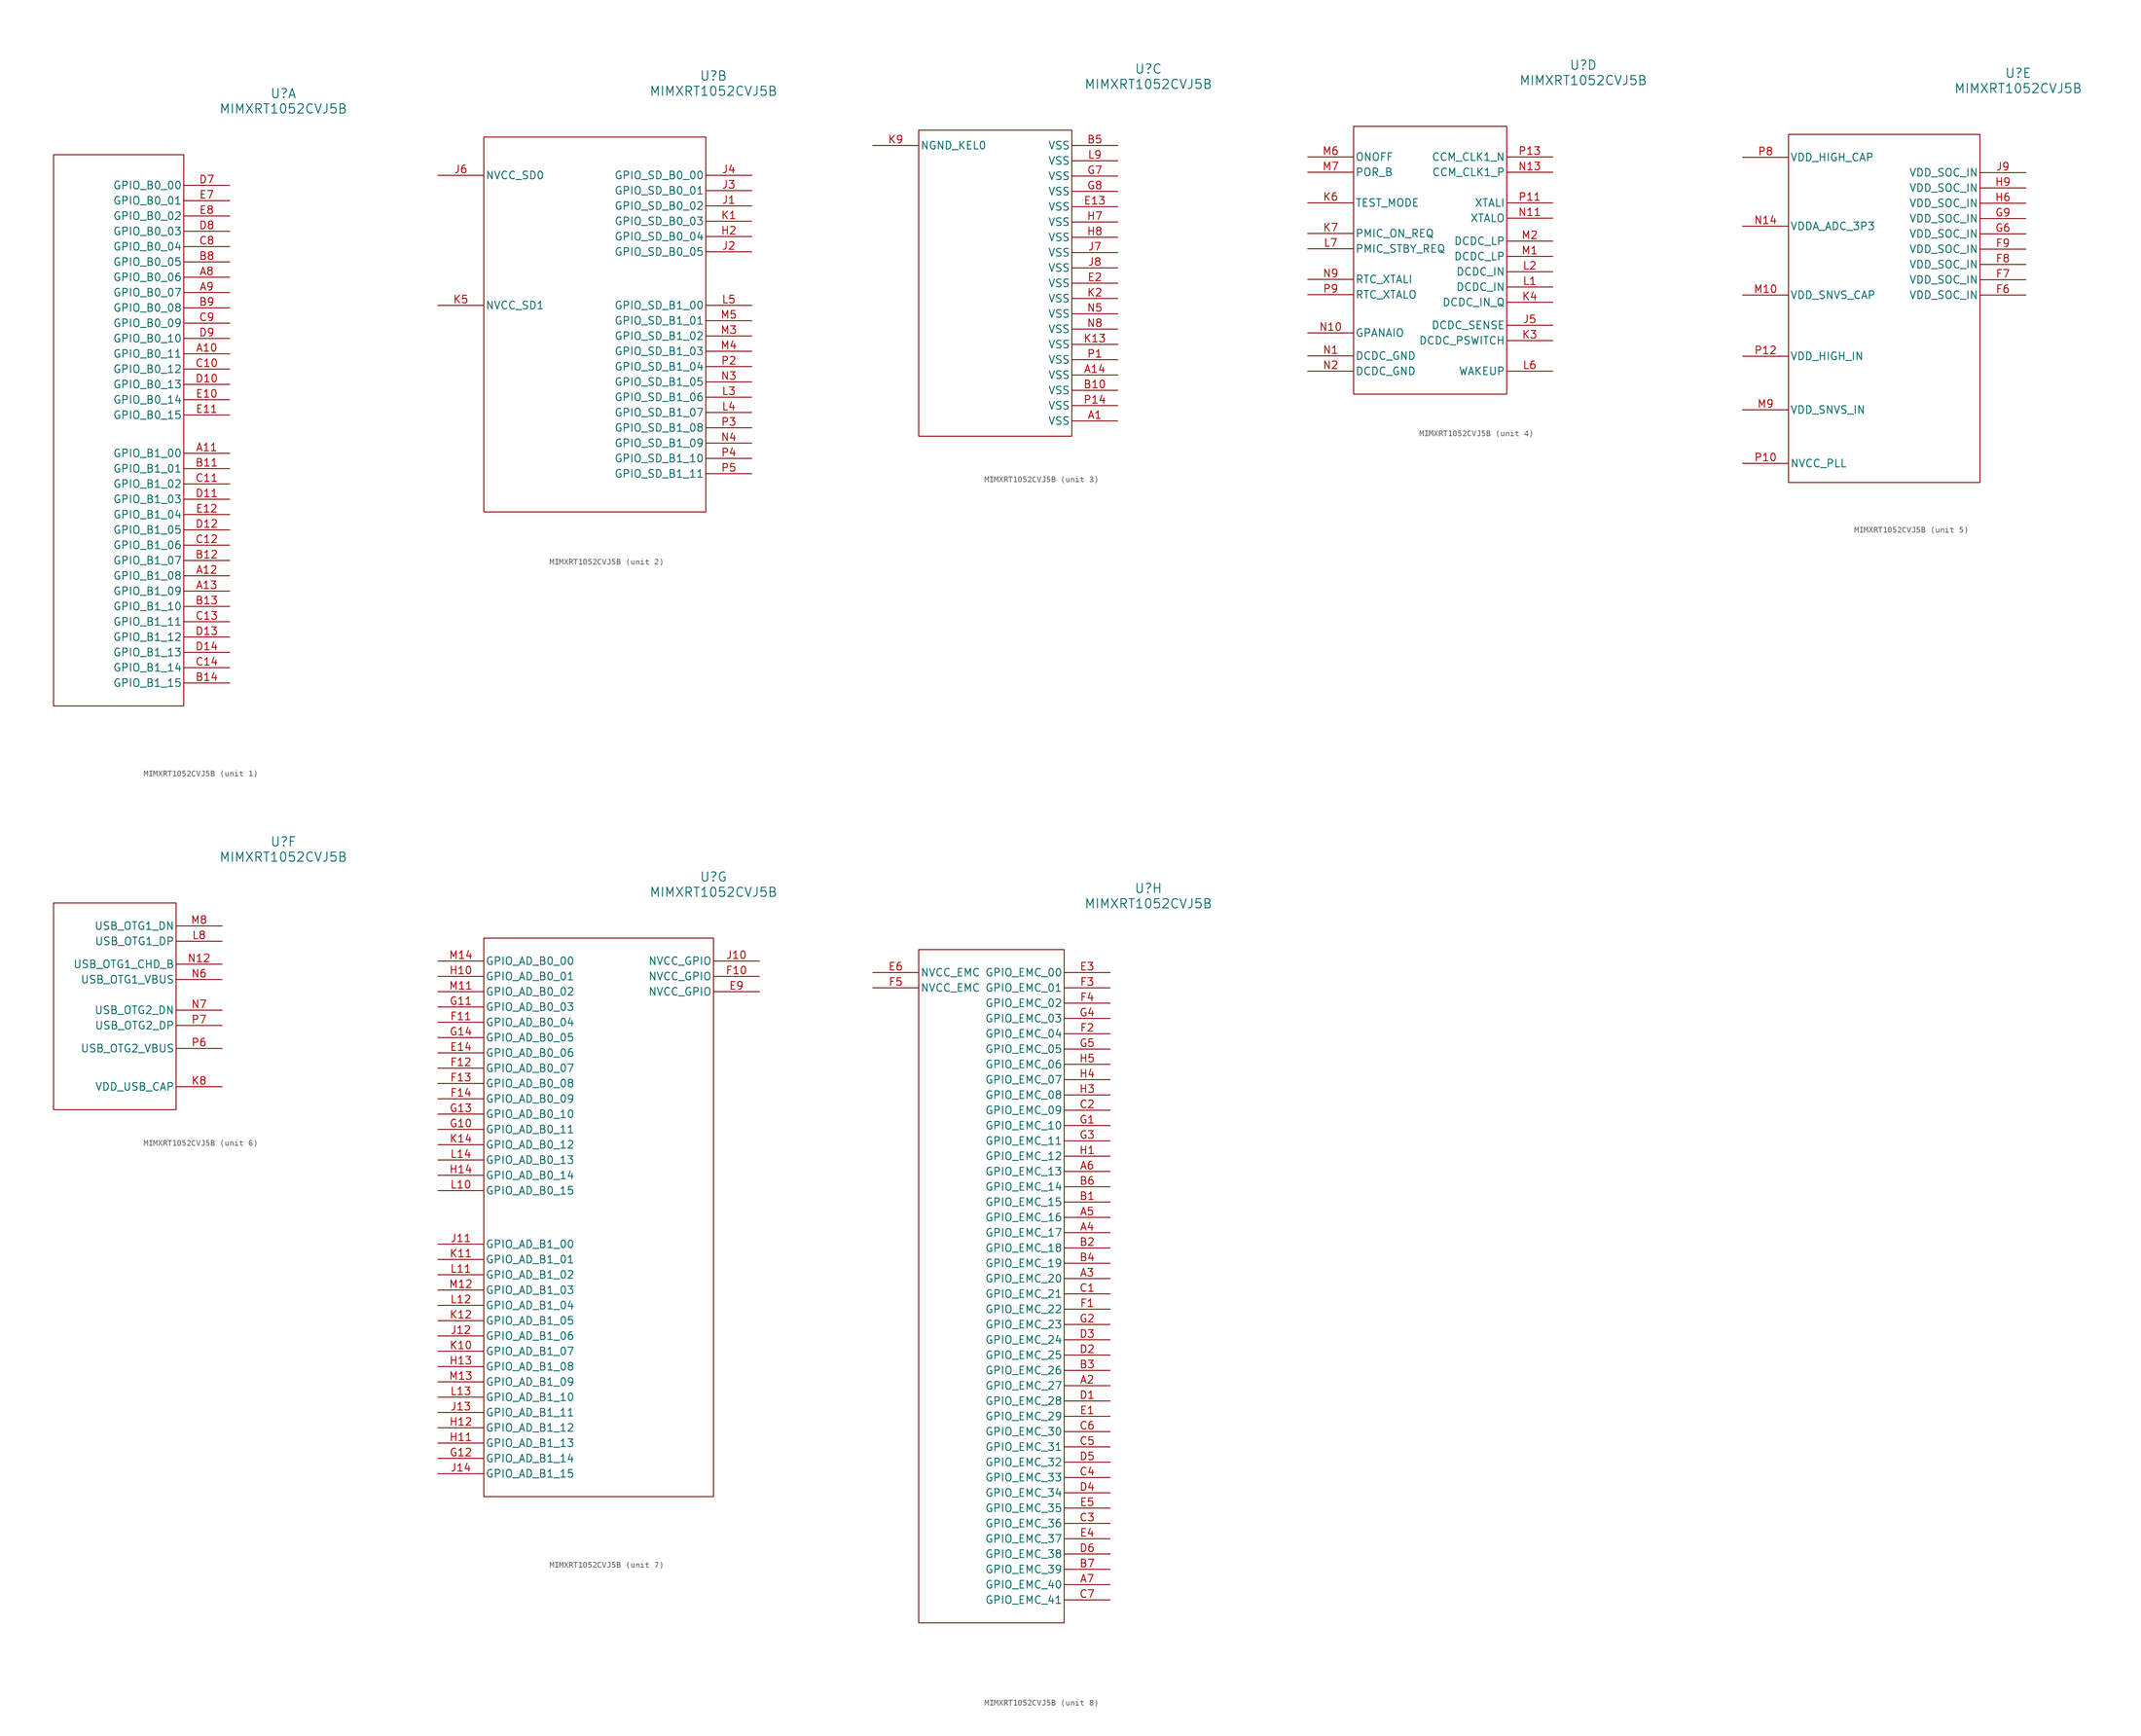
<source format=kicad_sym>
(kicad_symbol_lib
  (version 20231120)
  (generator "kicad_symbol_editor")
  (generator_version "8.0")
  (symbol "MIMXRT1052CVJ5B"
    (pin_names
      (offset 0.254))
    (property "Reference" "U"
      (at 38.1 10.16 0)
      (effects (font (size 1.524 1.524))))
    (property "Value" "MIMXRT1052CVJ5B"
      (at 38.1 7.62 0)
      (effects (font (size 1.524 1.524))))
    (property "ki_locked" ""
      (at 0 0 0)
      (effects (font (size 1.27 1.27))))
    (symbol "MIMXRT1052CVJ5B_1_1"
      (rectangle (start 0 0) (end 21.59 -91.44) (stroke (width 0) (type default)) (fill (type none)))
      (pin bidirectional line (at 29.21 -33.02 180) (length 7.62) (name "GPIO_B0_11" (effects (font (size 1.27 1.27)))) (number "A10" (effects (font (size 1.27 1.27)))))
      (pin bidirectional line (at 29.21 -49.53 180) (length 7.62) (name "GPIO_B1_00" (effects (font (size 1.27 1.27)))) (number "A11" (effects (font (size 1.27 1.27)))))
      (pin bidirectional line (at 29.21 -69.85 180) (length 7.62) (name "GPIO_B1_08" (effects (font (size 1.27 1.27)))) (number "A12" (effects (font (size 1.27 1.27)))))
      (pin bidirectional line (at 29.21 -72.39 180) (length 7.62) (name "GPIO_B1_09" (effects (font (size 1.27 1.27)))) (number "A13" (effects (font (size 1.27 1.27)))))
      (pin bidirectional line (at 29.21 -20.32 180) (length 7.62) (name "GPIO_B0_06" (effects (font (size 1.27 1.27)))) (number "A8" (effects (font (size 1.27 1.27)))))
      (pin bidirectional line (at 29.21 -22.86 180) (length 7.62) (name "GPIO_B0_07" (effects (font (size 1.27 1.27)))) (number "A9" (effects (font (size 1.27 1.27)))))
      (pin bidirectional line (at 29.21 -52.07 180) (length 7.62) (name "GPIO_B1_01" (effects (font (size 1.27 1.27)))) (number "B11" (effects (font (size 1.27 1.27)))))
      (pin bidirectional line (at 29.21 -67.31 180) (length 7.62) (name "GPIO_B1_07" (effects (font (size 1.27 1.27)))) (number "B12" (effects (font (size 1.27 1.27)))))
      (pin bidirectional line (at 29.21 -74.93 180) (length 7.62) (name "GPIO_B1_10" (effects (font (size 1.27 1.27)))) (number "B13" (effects (font (size 1.27 1.27)))))
      (pin bidirectional line (at 29.21 -87.63 180) (length 7.62) (name "GPIO_B1_15" (effects (font (size 1.27 1.27)))) (number "B14" (effects (font (size 1.27 1.27)))))
      (pin bidirectional line (at 29.21 -17.78 180) (length 7.62) (name "GPIO_B0_05" (effects (font (size 1.27 1.27)))) (number "B8" (effects (font (size 1.27 1.27)))))
      (pin bidirectional line (at 29.21 -25.4 180) (length 7.62) (name "GPIO_B0_08" (effects (font (size 1.27 1.27)))) (number "B9" (effects (font (size 1.27 1.27)))))
      (pin bidirectional line (at 29.21 -35.56 180) (length 7.62) (name "GPIO_B0_12" (effects (font (size 1.27 1.27)))) (number "C10" (effects (font (size 1.27 1.27)))))
      (pin bidirectional line (at 29.21 -54.61 180) (length 7.62) (name "GPIO_B1_02" (effects (font (size 1.27 1.27)))) (number "C11" (effects (font (size 1.27 1.27)))))
      (pin bidirectional line (at 29.21 -64.77 180) (length 7.62) (name "GPIO_B1_06" (effects (font (size 1.27 1.27)))) (number "C12" (effects (font (size 1.27 1.27)))))
      (pin bidirectional line (at 29.21 -77.47 180) (length 7.62) (name "GPIO_B1_11" (effects (font (size 1.27 1.27)))) (number "C13" (effects (font (size 1.27 1.27)))))
      (pin bidirectional line (at 29.21 -85.09 180) (length 7.62) (name "GPIO_B1_14" (effects (font (size 1.27 1.27)))) (number "C14" (effects (font (size 1.27 1.27)))))
      (pin bidirectional line (at 29.21 -15.24 180) (length 7.62) (name "GPIO_B0_04" (effects (font (size 1.27 1.27)))) (number "C8" (effects (font (size 1.27 1.27)))))
      (pin bidirectional line (at 29.21 -27.94 180) (length 7.62) (name "GPIO_B0_09" (effects (font (size 1.27 1.27)))) (number "C9" (effects (font (size 1.27 1.27)))))
      (pin bidirectional line (at 29.21 -38.1 180) (length 7.62) (name "GPIO_B0_13" (effects (font (size 1.27 1.27)))) (number "D10" (effects (font (size 1.27 1.27)))))
      (pin bidirectional line (at 29.21 -57.15 180) (length 7.62) (name "GPIO_B1_03" (effects (font (size 1.27 1.27)))) (number "D11" (effects (font (size 1.27 1.27)))))
      (pin bidirectional line (at 29.21 -62.23 180) (length 7.62) (name "GPIO_B1_05" (effects (font (size 1.27 1.27)))) (number "D12" (effects (font (size 1.27 1.27)))))
      (pin bidirectional line (at 29.21 -80.01 180) (length 7.62) (name "GPIO_B1_12" (effects (font (size 1.27 1.27)))) (number "D13" (effects (font (size 1.27 1.27)))))
      (pin bidirectional line (at 29.21 -82.55 180) (length 7.62) (name "GPIO_B1_13" (effects (font (size 1.27 1.27)))) (number "D14" (effects (font (size 1.27 1.27)))))
      (pin bidirectional line (at 29.21 -5.08 180) (length 7.62) (name "GPIO_B0_00" (effects (font (size 1.27 1.27)))) (number "D7" (effects (font (size 1.27 1.27)))))
      (pin bidirectional line (at 29.21 -12.7 180) (length 7.62) (name "GPIO_B0_03" (effects (font (size 1.27 1.27)))) (number "D8" (effects (font (size 1.27 1.27)))))
      (pin bidirectional line (at 29.21 -30.48 180) (length 7.62) (name "GPIO_B0_10" (effects (font (size 1.27 1.27)))) (number "D9" (effects (font (size 1.27 1.27)))))
      (pin bidirectional line (at 29.21 -40.64 180) (length 7.62) (name "GPIO_B0_14" (effects (font (size 1.27 1.27)))) (number "E10" (effects (font (size 1.27 1.27)))))
      (pin bidirectional line (at 29.21 -43.18 180) (length 7.62) (name "GPIO_B0_15" (effects (font (size 1.27 1.27)))) (number "E11" (effects (font (size 1.27 1.27)))))
      (pin bidirectional line (at 29.21 -59.69 180) (length 7.62) (name "GPIO_B1_04" (effects (font (size 1.27 1.27)))) (number "E12" (effects (font (size 1.27 1.27)))))
      (pin bidirectional line (at 29.21 -7.62 180) (length 7.62) (name "GPIO_B0_01" (effects (font (size 1.27 1.27)))) (number "E7" (effects (font (size 1.27 1.27)))))
      (pin bidirectional line (at 29.21 -10.16 180) (length 7.62) (name "GPIO_B0_02" (effects (font (size 1.27 1.27)))) (number "E8" (effects (font (size 1.27 1.27))))))
    (symbol "MIMXRT1052CVJ5B_2_1"
      (rectangle (start 0 -62.23) (end 36.83 0) (stroke (width 0) (type default)) (fill (type none)))
      (pin bidirectional line (at 44.45 -16.51 180) (length 7.62) (name "GPIO_SD_B0_04" (effects (font (size 1.27 1.27)))) (number "H2" (effects (font (size 1.27 1.27)))))
      (pin bidirectional line (at 44.45 -11.43 180) (length 7.62) (name "GPIO_SD_B0_02" (effects (font (size 1.27 1.27)))) (number "J1" (effects (font (size 1.27 1.27)))))
      (pin bidirectional line (at 44.45 -19.05 180) (length 7.62) (name "GPIO_SD_B0_05" (effects (font (size 1.27 1.27)))) (number "J2" (effects (font (size 1.27 1.27)))))
      (pin bidirectional line (at 44.45 -8.89 180) (length 7.62) (name "GPIO_SD_B0_01" (effects (font (size 1.27 1.27)))) (number "J3" (effects (font (size 1.27 1.27)))))
      (pin bidirectional line (at 44.45 -6.35 180) (length 7.62) (name "GPIO_SD_B0_00" (effects (font (size 1.27 1.27)))) (number "J4" (effects (font (size 1.27 1.27)))))
      (pin power_in line (at -7.62 -6.35 0) (length 7.62) (name "NVCC_SD0" (effects (font (size 1.27 1.27)))) (number "J6" (effects (font (size 1.27 1.27)))))
      (pin bidirectional line (at 44.45 -13.97 180) (length 7.62) (name "GPIO_SD_B0_03" (effects (font (size 1.27 1.27)))) (number "K1" (effects (font (size 1.27 1.27)))))
      (pin power_in line (at -7.62 -27.94 0) (length 7.62) (name "NVCC_SD1" (effects (font (size 1.27 1.27)))) (number "K5" (effects (font (size 1.27 1.27)))))
      (pin bidirectional line (at 44.45 -43.18 180) (length 7.62) (name "GPIO_SD_B1_06" (effects (font (size 1.27 1.27)))) (number "L3" (effects (font (size 1.27 1.27)))))
      (pin bidirectional line (at 44.45 -45.72 180) (length 7.62) (name "GPIO_SD_B1_07" (effects (font (size 1.27 1.27)))) (number "L4" (effects (font (size 1.27 1.27)))))
      (pin bidirectional line (at 44.45 -27.94 180) (length 7.62) (name "GPIO_SD_B1_00" (effects (font (size 1.27 1.27)))) (number "L5" (effects (font (size 1.27 1.27)))))
      (pin bidirectional line (at 44.45 -33.02 180) (length 7.62) (name "GPIO_SD_B1_02" (effects (font (size 1.27 1.27)))) (number "M3" (effects (font (size 1.27 1.27)))))
      (pin bidirectional line (at 44.45 -35.56 180) (length 7.62) (name "GPIO_SD_B1_03" (effects (font (size 1.27 1.27)))) (number "M4" (effects (font (size 1.27 1.27)))))
      (pin bidirectional line (at 44.45 -30.48 180) (length 7.62) (name "GPIO_SD_B1_01" (effects (font (size 1.27 1.27)))) (number "M5" (effects (font (size 1.27 1.27)))))
      (pin bidirectional line (at 44.45 -40.64 180) (length 7.62) (name "GPIO_SD_B1_05" (effects (font (size 1.27 1.27)))) (number "N3" (effects (font (size 1.27 1.27)))))
      (pin bidirectional line (at 44.45 -50.8 180) (length 7.62) (name "GPIO_SD_B1_09" (effects (font (size 1.27 1.27)))) (number "N4" (effects (font (size 1.27 1.27)))))
      (pin bidirectional line (at 44.45 -38.1 180) (length 7.62) (name "GPIO_SD_B1_04" (effects (font (size 1.27 1.27)))) (number "P2" (effects (font (size 1.27 1.27)))))
      (pin bidirectional line (at 44.45 -48.26 180) (length 7.62) (name "GPIO_SD_B1_08" (effects (font (size 1.27 1.27)))) (number "P3" (effects (font (size 1.27 1.27)))))
      (pin bidirectional line (at 44.45 -53.34 180) (length 7.62) (name "GPIO_SD_B1_10" (effects (font (size 1.27 1.27)))) (number "P4" (effects (font (size 1.27 1.27)))))
      (pin bidirectional line (at 44.45 -55.88 180) (length 7.62) (name "GPIO_SD_B1_11" (effects (font (size 1.27 1.27)))) (number "P5" (effects (font (size 1.27 1.27))))))
    (symbol "MIMXRT1052CVJ5B_3_1"
      (rectangle (start 0 -50.8) (end 25.4 0) (stroke (width 0) (type default)) (fill (type none)))
      (pin power_in line (at 33.02 -48.26 180) (length 7.62) (name "VSS" (effects (font (size 1.27 1.27)))) (number "A1" (effects (font (size 1.27 1.27)))))
      (pin power_in line (at 33.02 -40.64 180) (length 7.62) (name "VSS" (effects (font (size 1.27 1.27)))) (number "A14" (effects (font (size 1.27 1.27)))))
      (pin power_in line (at 33.02 -43.18 180) (length 7.62) (name "VSS" (effects (font (size 1.27 1.27)))) (number "B10" (effects (font (size 1.27 1.27)))))
      (pin power_in line (at 33.02 -2.54 180) (length 7.62) (name "VSS" (effects (font (size 1.27 1.27)))) (number "B5" (effects (font (size 1.27 1.27)))))
      (pin power_in line (at 33.02 -12.7 180) (length 7.62) (name "VSS" (effects (font (size 1.27 1.27)))) (number "E13" (effects (font (size 1.27 1.27)))))
      (pin power_in line (at 33.02 -25.4 180) (length 7.62) (name "VSS" (effects (font (size 1.27 1.27)))) (number "E2" (effects (font (size 1.27 1.27)))))
      (pin power_in line (at 33.02 -7.62 180) (length 7.62) (name "VSS" (effects (font (size 1.27 1.27)))) (number "G7" (effects (font (size 1.27 1.27)))))
      (pin power_in line (at 33.02 -10.16 180) (length 7.62) (name "VSS" (effects (font (size 1.27 1.27)))) (number "G8" (effects (font (size 1.27 1.27)))))
      (pin power_in line (at 33.02 -15.24 180) (length 7.62) (name "VSS" (effects (font (size 1.27 1.27)))) (number "H7" (effects (font (size 1.27 1.27)))))
      (pin power_in line (at 33.02 -17.78 180) (length 7.62) (name "VSS" (effects (font (size 1.27 1.27)))) (number "H8" (effects (font (size 1.27 1.27)))))
      (pin power_in line (at 33.02 -20.32 180) (length 7.62) (name "VSS" (effects (font (size 1.27 1.27)))) (number "J7" (effects (font (size 1.27 1.27)))))
      (pin power_in line (at 33.02 -22.86 180) (length 7.62) (name "VSS" (effects (font (size 1.27 1.27)))) (number "J8" (effects (font (size 1.27 1.27)))))
      (pin power_in line (at 33.02 -35.56 180) (length 7.62) (name "VSS" (effects (font (size 1.27 1.27)))) (number "K13" (effects (font (size 1.27 1.27)))))
      (pin power_in line (at 33.02 -27.94 180) (length 7.62) (name "VSS" (effects (font (size 1.27 1.27)))) (number "K2" (effects (font (size 1.27 1.27)))))
      (pin power_in line (at -7.62 -2.54 0) (length 7.62) (name "NGND_KEL0" (effects (font (size 1.27 1.27)))) (number "K9" (effects (font (size 1.27 1.27)))))
      (pin power_in line (at 33.02 -5.08 180) (length 7.62) (name "VSS" (effects (font (size 1.27 1.27)))) (number "L9" (effects (font (size 1.27 1.27)))))
      (pin power_in line (at 33.02 -30.48 180) (length 7.62) (name "VSS" (effects (font (size 1.27 1.27)))) (number "N5" (effects (font (size 1.27 1.27)))))
      (pin power_in line (at 33.02 -33.02 180) (length 7.62) (name "VSS" (effects (font (size 1.27 1.27)))) (number "N8" (effects (font (size 1.27 1.27)))))
      (pin power_in line (at 33.02 -38.1 180) (length 7.62) (name "VSS" (effects (font (size 1.27 1.27)))) (number "P1" (effects (font (size 1.27 1.27)))))
      (pin power_in line (at 33.02 -45.72 180) (length 7.62) (name "VSS" (effects (font (size 1.27 1.27)))) (number "P14" (effects (font (size 1.27 1.27))))))
    (symbol "MIMXRT1052CVJ5B_4_1"
      (rectangle (start 0 0) (end 25.4 -44.45) (stroke (width 0) (type default)) (fill (type none)))
      (pin unspecified line (at 33.02 -33.02 180) (length 7.62) (name "DCDC_SENSE" (effects (font (size 1.27 1.27)))) (number "J5" (effects (font (size 1.27 1.27)))))
      (pin unspecified line (at 33.02 -35.56 180) (length 7.62) (name "DCDC_PSWITCH" (effects (font (size 1.27 1.27)))) (number "K3" (effects (font (size 1.27 1.27)))))
      (pin input line (at 33.02 -29.21 180) (length 7.62) (name "DCDC_IN_Q" (effects (font (size 1.27 1.27)))) (number "K4" (effects (font (size 1.27 1.27)))))
      (pin bidirectional line (at -7.62 -12.7 0) (length 7.62) (name "TEST_MODE" (effects (font (size 1.27 1.27)))) (number "K6" (effects (font (size 1.27 1.27)))))
      (pin bidirectional line (at -7.62 -17.78 0) (length 7.62) (name "PMIC_ON_REQ" (effects (font (size 1.27 1.27)))) (number "K7" (effects (font (size 1.27 1.27)))))
      (pin input line (at 33.02 -26.67 180) (length 7.62) (name "DCDC_IN" (effects (font (size 1.27 1.27)))) (number "L1" (effects (font (size 1.27 1.27)))))
      (pin input line (at 33.02 -24.13 180) (length 7.62) (name "DCDC_IN" (effects (font (size 1.27 1.27)))) (number "L2" (effects (font (size 1.27 1.27)))))
      (pin bidirectional line (at 33.02 -40.64 180) (length 7.62) (name "WAKEUP" (effects (font (size 1.27 1.27)))) (number "L6" (effects (font (size 1.27 1.27)))))
      (pin bidirectional line (at -7.62 -20.32 0) (length 7.62) (name "PMIC_STBY_REQ" (effects (font (size 1.27 1.27)))) (number "L7" (effects (font (size 1.27 1.27)))))
      (pin unspecified line (at 33.02 -21.59 180) (length 7.62) (name "DCDC_LP" (effects (font (size 1.27 1.27)))) (number "M1" (effects (font (size 1.27 1.27)))))
      (pin unspecified line (at 33.02 -19.05 180) (length 7.62) (name "DCDC_LP" (effects (font (size 1.27 1.27)))) (number "M2" (effects (font (size 1.27 1.27)))))
      (pin bidirectional line (at -7.62 -5.08 0) (length 7.62) (name "ONOFF" (effects (font (size 1.27 1.27)))) (number "M6" (effects (font (size 1.27 1.27)))))
      (pin input line (at -7.62 -7.62 0) (length 7.62) (name "POR_B" (effects (font (size 1.27 1.27)))) (number "M7" (effects (font (size 1.27 1.27)))))
      (pin power_in line (at -7.62 -38.1 0) (length 7.62) (name "DCDC_GND" (effects (font (size 1.27 1.27)))) (number "N1" (effects (font (size 1.27 1.27)))))
      (pin bidirectional line (at -7.62 -34.29 0) (length 7.62) (name "GPANAIO" (effects (font (size 1.27 1.27)))) (number "N10" (effects (font (size 1.27 1.27)))))
      (pin output line (at 33.02 -15.24 180) (length 7.62) (name "XTALO" (effects (font (size 1.27 1.27)))) (number "N11" (effects (font (size 1.27 1.27)))))
      (pin bidirectional line (at 33.02 -7.62 180) (length 7.62) (name "CCM_CLK1_P" (effects (font (size 1.27 1.27)))) (number "N13" (effects (font (size 1.27 1.27)))))
      (pin power_in line (at -7.62 -40.64 0) (length 7.62) (name "DCDC_GND" (effects (font (size 1.27 1.27)))) (number "N2" (effects (font (size 1.27 1.27)))))
      (pin input line (at -7.62 -25.4 0) (length 7.62) (name "RTC_XTALI" (effects (font (size 1.27 1.27)))) (number "N9" (effects (font (size 1.27 1.27)))))
      (pin input line (at 33.02 -12.7 180) (length 7.62) (name "XTALI" (effects (font (size 1.27 1.27)))) (number "P11" (effects (font (size 1.27 1.27)))))
      (pin bidirectional line (at 33.02 -5.08 180) (length 7.62) (name "CCM_CLK1_N" (effects (font (size 1.27 1.27)))) (number "P13" (effects (font (size 1.27 1.27)))))
      (pin output line (at -7.62 -27.94 0) (length 7.62) (name "RTC_XTALO" (effects (font (size 1.27 1.27)))) (number "P9" (effects (font (size 1.27 1.27))))))
    (symbol "MIMXRT1052CVJ5B_5_1"
      (rectangle (start 0 0) (end 31.75 -57.785) (stroke (width 0) (type default)) (fill (type none)))
      (pin power_in line (at 39.37 -26.67 180) (length 7.62) (name "VDD_SOC_IN" (effects (font (size 1.27 1.27)))) (number "F6" (effects (font (size 1.27 1.27)))))
      (pin power_in line (at 39.37 -24.13 180) (length 7.62) (name "VDD_SOC_IN" (effects (font (size 1.27 1.27)))) (number "F7" (effects (font (size 1.27 1.27)))))
      (pin power_in line (at 39.37 -21.59 180) (length 7.62) (name "VDD_SOC_IN" (effects (font (size 1.27 1.27)))) (number "F8" (effects (font (size 1.27 1.27)))))
      (pin power_in line (at 39.37 -19.05 180) (length 7.62) (name "VDD_SOC_IN" (effects (font (size 1.27 1.27)))) (number "F9" (effects (font (size 1.27 1.27)))))
      (pin power_in line (at 39.37 -16.51 180) (length 7.62) (name "VDD_SOC_IN" (effects (font (size 1.27 1.27)))) (number "G6" (effects (font (size 1.27 1.27)))))
      (pin power_in line (at 39.37 -13.97 180) (length 7.62) (name "VDD_SOC_IN" (effects (font (size 1.27 1.27)))) (number "G9" (effects (font (size 1.27 1.27)))))
      (pin power_in line (at 39.37 -11.43 180) (length 7.62) (name "VDD_SOC_IN" (effects (font (size 1.27 1.27)))) (number "H6" (effects (font (size 1.27 1.27)))))
      (pin power_in line (at 39.37 -8.89 180) (length 7.62) (name "VDD_SOC_IN" (effects (font (size 1.27 1.27)))) (number "H9" (effects (font (size 1.27 1.27)))))
      (pin power_in line (at 39.37 -6.35 180) (length 7.62) (name "VDD_SOC_IN" (effects (font (size 1.27 1.27)))) (number "J9" (effects (font (size 1.27 1.27)))))
      (pin power_in line (at -7.62 -26.67 0) (length 7.62) (name "VDD_SNVS_CAP" (effects (font (size 1.27 1.27)))) (number "M10" (effects (font (size 1.27 1.27)))))
      (pin power_in line (at -7.62 -45.72 0) (length 7.62) (name "VDD_SNVS_IN" (effects (font (size 1.27 1.27)))) (number "M9" (effects (font (size 1.27 1.27)))))
      (pin power_in line (at -7.62 -15.24 0) (length 7.62) (name "VDDA_ADC_3P3" (effects (font (size 1.27 1.27)))) (number "N14" (effects (font (size 1.27 1.27)))))
      (pin power_in line (at -7.62 -54.61 0) (length 7.62) (name "NVCC_PLL" (effects (font (size 1.27 1.27)))) (number "P10" (effects (font (size 1.27 1.27)))))
      (pin power_in line (at -7.62 -36.83 0) (length 7.62) (name "VDD_HIGH_IN" (effects (font (size 1.27 1.27)))) (number "P12" (effects (font (size 1.27 1.27)))))
      (pin power_in line (at -7.62 -3.81 0) (length 7.62) (name "VDD_HIGH_CAP" (effects (font (size 1.27 1.27)))) (number "P8" (effects (font (size 1.27 1.27))))))
    (symbol "MIMXRT1052CVJ5B_6_1"
      (rectangle (start 0 -34.29) (end 20.32 0) (stroke (width 0) (type default)) (fill (type none)))
      (pin power_in line (at 27.94 -30.48 180) (length 7.62) (name "VDD_USB_CAP" (effects (font (size 1.27 1.27)))) (number "K8" (effects (font (size 1.27 1.27)))))
      (pin bidirectional line (at 27.94 -6.35 180) (length 7.62) (name "USB_OTG1_DP" (effects (font (size 1.27 1.27)))) (number "L8" (effects (font (size 1.27 1.27)))))
      (pin bidirectional line (at 27.94 -3.81 180) (length 7.62) (name "USB_OTG1_DN" (effects (font (size 1.27 1.27)))) (number "M8" (effects (font (size 1.27 1.27)))))
      (pin bidirectional line (at 27.94 -10.16 180) (length 7.62) (name "USB_OTG1_CHD_B" (effects (font (size 1.27 1.27)))) (number "N12" (effects (font (size 1.27 1.27)))))
      (pin bidirectional line (at 27.94 -12.7 180) (length 7.62) (name "USB_OTG1_VBUS" (effects (font (size 1.27 1.27)))) (number "N6" (effects (font (size 1.27 1.27)))))
      (pin bidirectional line (at 27.94 -17.78 180) (length 7.62) (name "USB_OTG2_DN" (effects (font (size 1.27 1.27)))) (number "N7" (effects (font (size 1.27 1.27)))))
      (pin bidirectional line (at 27.94 -24.13 180) (length 7.62) (name "USB_OTG2_VBUS" (effects (font (size 1.27 1.27)))) (number "P6" (effects (font (size 1.27 1.27)))))
      (pin bidirectional line (at 27.94 -20.32 180) (length 7.62) (name "USB_OTG2_DP" (effects (font (size 1.27 1.27)))) (number "P7" (effects (font (size 1.27 1.27))))))
    (symbol "MIMXRT1052CVJ5B_7_1"
      (rectangle (start 0 0) (end 38.1 -92.71) (stroke (width 0) (type default)) (fill (type none)))
      (pin bidirectional line (at -7.62 -19.05 0) (length 7.62) (name "GPIO_AD_B0_06" (effects (font (size 1.27 1.27)))) (number "E14" (effects (font (size 1.27 1.27)))))
      (pin power_in line (at 45.72 -8.89 180) (length 7.62) (name "NVCC_GPIO" (effects (font (size 1.27 1.27)))) (number "E9" (effects (font (size 1.27 1.27)))))
      (pin power_in line (at 45.72 -6.35 180) (length 7.62) (name "NVCC_GPIO" (effects (font (size 1.27 1.27)))) (number "F10" (effects (font (size 1.27 1.27)))))
      (pin bidirectional line (at -7.62 -13.97 0) (length 7.62) (name "GPIO_AD_B0_04" (effects (font (size 1.27 1.27)))) (number "F11" (effects (font (size 1.27 1.27)))))
      (pin bidirectional line (at -7.62 -21.59 0) (length 7.62) (name "GPIO_AD_B0_07" (effects (font (size 1.27 1.27)))) (number "F12" (effects (font (size 1.27 1.27)))))
      (pin bidirectional line (at -7.62 -24.13 0) (length 7.62) (name "GPIO_AD_B0_08" (effects (font (size 1.27 1.27)))) (number "F13" (effects (font (size 1.27 1.27)))))
      (pin bidirectional line (at -7.62 -26.67 0) (length 7.62) (name "GPIO_AD_B0_09" (effects (font (size 1.27 1.27)))) (number "F14" (effects (font (size 1.27 1.27)))))
      (pin bidirectional line (at -7.62 -31.75 0) (length 7.62) (name "GPIO_AD_B0_11" (effects (font (size 1.27 1.27)))) (number "G10" (effects (font (size 1.27 1.27)))))
      (pin bidirectional line (at -7.62 -11.43 0) (length 7.62) (name "GPIO_AD_B0_03" (effects (font (size 1.27 1.27)))) (number "G11" (effects (font (size 1.27 1.27)))))
      (pin bidirectional line (at -7.62 -86.36 0) (length 7.62) (name "GPIO_AD_B1_14" (effects (font (size 1.27 1.27)))) (number "G12" (effects (font (size 1.27 1.27)))))
      (pin bidirectional line (at -7.62 -29.21 0) (length 7.62) (name "GPIO_AD_B0_10" (effects (font (size 1.27 1.27)))) (number "G13" (effects (font (size 1.27 1.27)))))
      (pin bidirectional line (at -7.62 -16.51 0) (length 7.62) (name "GPIO_AD_B0_05" (effects (font (size 1.27 1.27)))) (number "G14" (effects (font (size 1.27 1.27)))))
      (pin bidirectional line (at -7.62 -6.35 0) (length 7.62) (name "GPIO_AD_B0_01" (effects (font (size 1.27 1.27)))) (number "H10" (effects (font (size 1.27 1.27)))))
      (pin bidirectional line (at -7.62 -83.82 0) (length 7.62) (name "GPIO_AD_B1_13" (effects (font (size 1.27 1.27)))) (number "H11" (effects (font (size 1.27 1.27)))))
      (pin bidirectional line (at -7.62 -81.28 0) (length 7.62) (name "GPIO_AD_B1_12" (effects (font (size 1.27 1.27)))) (number "H12" (effects (font (size 1.27 1.27)))))
      (pin bidirectional line (at -7.62 -71.12 0) (length 7.62) (name "GPIO_AD_B1_08" (effects (font (size 1.27 1.27)))) (number "H13" (effects (font (size 1.27 1.27)))))
      (pin bidirectional line (at -7.62 -39.37 0) (length 7.62) (name "GPIO_AD_B0_14" (effects (font (size 1.27 1.27)))) (number "H14" (effects (font (size 1.27 1.27)))))
      (pin power_in line (at 45.72 -3.81 180) (length 7.62) (name "NVCC_GPIO" (effects (font (size 1.27 1.27)))) (number "J10" (effects (font (size 1.27 1.27)))))
      (pin bidirectional line (at -7.62 -50.8 0) (length 7.62) (name "GPIO_AD_B1_00" (effects (font (size 1.27 1.27)))) (number "J11" (effects (font (size 1.27 1.27)))))
      (pin bidirectional line (at -7.62 -66.04 0) (length 7.62) (name "GPIO_AD_B1_06" (effects (font (size 1.27 1.27)))) (number "J12" (effects (font (size 1.27 1.27)))))
      (pin bidirectional line (at -7.62 -78.74 0) (length 7.62) (name "GPIO_AD_B1_11" (effects (font (size 1.27 1.27)))) (number "J13" (effects (font (size 1.27 1.27)))))
      (pin bidirectional line (at -7.62 -88.9 0) (length 7.62) (name "GPIO_AD_B1_15" (effects (font (size 1.27 1.27)))) (number "J14" (effects (font (size 1.27 1.27)))))
      (pin bidirectional line (at -7.62 -68.58 0) (length 7.62) (name "GPIO_AD_B1_07" (effects (font (size 1.27 1.27)))) (number "K10" (effects (font (size 1.27 1.27)))))
      (pin bidirectional line (at -7.62 -53.34 0) (length 7.62) (name "GPIO_AD_B1_01" (effects (font (size 1.27 1.27)))) (number "K11" (effects (font (size 1.27 1.27)))))
      (pin bidirectional line (at -7.62 -63.5 0) (length 7.62) (name "GPIO_AD_B1_05" (effects (font (size 1.27 1.27)))) (number "K12" (effects (font (size 1.27 1.27)))))
      (pin bidirectional line (at -7.62 -34.29 0) (length 7.62) (name "GPIO_AD_B0_12" (effects (font (size 1.27 1.27)))) (number "K14" (effects (font (size 1.27 1.27)))))
      (pin bidirectional line (at -7.62 -41.91 0) (length 7.62) (name "GPIO_AD_B0_15" (effects (font (size 1.27 1.27)))) (number "L10" (effects (font (size 1.27 1.27)))))
      (pin bidirectional line (at -7.62 -55.88 0) (length 7.62) (name "GPIO_AD_B1_02" (effects (font (size 1.27 1.27)))) (number "L11" (effects (font (size 1.27 1.27)))))
      (pin bidirectional line (at -7.62 -60.96 0) (length 7.62) (name "GPIO_AD_B1_04" (effects (font (size 1.27 1.27)))) (number "L12" (effects (font (size 1.27 1.27)))))
      (pin bidirectional line (at -7.62 -76.2 0) (length 7.62) (name "GPIO_AD_B1_10" (effects (font (size 1.27 1.27)))) (number "L13" (effects (font (size 1.27 1.27)))))
      (pin bidirectional line (at -7.62 -36.83 0) (length 7.62) (name "GPIO_AD_B0_13" (effects (font (size 1.27 1.27)))) (number "L14" (effects (font (size 1.27 1.27)))))
      (pin bidirectional line (at -7.62 -8.89 0) (length 7.62) (name "GPIO_AD_B0_02" (effects (font (size 1.27 1.27)))) (number "M11" (effects (font (size 1.27 1.27)))))
      (pin bidirectional line (at -7.62 -58.42 0) (length 7.62) (name "GPIO_AD_B1_03" (effects (font (size 1.27 1.27)))) (number "M12" (effects (font (size 1.27 1.27)))))
      (pin bidirectional line (at -7.62 -73.66 0) (length 7.62) (name "GPIO_AD_B1_09" (effects (font (size 1.27 1.27)))) (number "M13" (effects (font (size 1.27 1.27)))))
      (pin bidirectional line (at -7.62 -3.81 0) (length 7.62) (name "GPIO_AD_B0_00" (effects (font (size 1.27 1.27)))) (number "M14" (effects (font (size 1.27 1.27))))))
    (symbol "MIMXRT1052CVJ5B_8_1"
      (rectangle (start 0 0) (end 24.13 -111.76) (stroke (width 0) (type default)) (fill (type none)))
      (pin bidirectional line (at 31.75 -72.39 180) (length 7.62) (name "GPIO_EMC_27" (effects (font (size 1.27 1.27)))) (number "A2" (effects (font (size 1.27 1.27)))))
      (pin bidirectional line (at 31.75 -54.61 180) (length 7.62) (name "GPIO_EMC_20" (effects (font (size 1.27 1.27)))) (number "A3" (effects (font (size 1.27 1.27)))))
      (pin bidirectional line (at 31.75 -46.99 180) (length 7.62) (name "GPIO_EMC_17" (effects (font (size 1.27 1.27)))) (number "A4" (effects (font (size 1.27 1.27)))))
      (pin bidirectional line (at 31.75 -44.45 180) (length 7.62) (name "GPIO_EMC_16" (effects (font (size 1.27 1.27)))) (number "A5" (effects (font (size 1.27 1.27)))))
      (pin bidirectional line (at 31.75 -36.83 180) (length 7.62) (name "GPIO_EMC_13" (effects (font (size 1.27 1.27)))) (number "A6" (effects (font (size 1.27 1.27)))))
      (pin bidirectional line (at 31.75 -105.41 180) (length 7.62) (name "GPIO_EMC_40" (effects (font (size 1.27 1.27)))) (number "A7" (effects (font (size 1.27 1.27)))))
      (pin bidirectional line (at 31.75 -41.91 180) (length 7.62) (name "GPIO_EMC_15" (effects (font (size 1.27 1.27)))) (number "B1" (effects (font (size 1.27 1.27)))))
      (pin bidirectional line (at 31.75 -49.53 180) (length 7.62) (name "GPIO_EMC_18" (effects (font (size 1.27 1.27)))) (number "B2" (effects (font (size 1.27 1.27)))))
      (pin bidirectional line (at 31.75 -69.85 180) (length 7.62) (name "GPIO_EMC_26" (effects (font (size 1.27 1.27)))) (number "B3" (effects (font (size 1.27 1.27)))))
      (pin bidirectional line (at 31.75 -52.07 180) (length 7.62) (name "GPIO_EMC_19" (effects (font (size 1.27 1.27)))) (number "B4" (effects (font (size 1.27 1.27)))))
      (pin bidirectional line (at 31.75 -39.37 180) (length 7.62) (name "GPIO_EMC_14" (effects (font (size 1.27 1.27)))) (number "B6" (effects (font (size 1.27 1.27)))))
      (pin bidirectional line (at 31.75 -102.87 180) (length 7.62) (name "GPIO_EMC_39" (effects (font (size 1.27 1.27)))) (number "B7" (effects (font (size 1.27 1.27)))))
      (pin bidirectional line (at 31.75 -57.15 180) (length 7.62) (name "GPIO_EMC_21" (effects (font (size 1.27 1.27)))) (number "C1" (effects (font (size 1.27 1.27)))))
      (pin bidirectional line (at 31.75 -26.67 180) (length 7.62) (name "GPIO_EMC_09" (effects (font (size 1.27 1.27)))) (number "C2" (effects (font (size 1.27 1.27)))))
      (pin bidirectional line (at 31.75 -95.25 180) (length 7.62) (name "GPIO_EMC_36" (effects (font (size 1.27 1.27)))) (number "C3" (effects (font (size 1.27 1.27)))))
      (pin bidirectional line (at 31.75 -87.63 180) (length 7.62) (name "GPIO_EMC_33" (effects (font (size 1.27 1.27)))) (number "C4" (effects (font (size 1.27 1.27)))))
      (pin bidirectional line (at 31.75 -82.55 180) (length 7.62) (name "GPIO_EMC_31" (effects (font (size 1.27 1.27)))) (number "C5" (effects (font (size 1.27 1.27)))))
      (pin bidirectional line (at 31.75 -80.01 180) (length 7.62) (name "GPIO_EMC_30" (effects (font (size 1.27 1.27)))) (number "C6" (effects (font (size 1.27 1.27)))))
      (pin bidirectional line (at 31.75 -107.95 180) (length 7.62) (name "GPIO_EMC_41" (effects (font (size 1.27 1.27)))) (number "C7" (effects (font (size 1.27 1.27)))))
      (pin bidirectional line (at 31.75 -74.93 180) (length 7.62) (name "GPIO_EMC_28" (effects (font (size 1.27 1.27)))) (number "D1" (effects (font (size 1.27 1.27)))))
      (pin bidirectional line (at 31.75 -67.31 180) (length 7.62) (name "GPIO_EMC_25" (effects (font (size 1.27 1.27)))) (number "D2" (effects (font (size 1.27 1.27)))))
      (pin bidirectional line (at 31.75 -64.77 180) (length 7.62) (name "GPIO_EMC_24" (effects (font (size 1.27 1.27)))) (number "D3" (effects (font (size 1.27 1.27)))))
      (pin bidirectional line (at 31.75 -90.17 180) (length 7.62) (name "GPIO_EMC_34" (effects (font (size 1.27 1.27)))) (number "D4" (effects (font (size 1.27 1.27)))))
      (pin bidirectional line (at 31.75 -85.09 180) (length 7.62) (name "GPIO_EMC_32" (effects (font (size 1.27 1.27)))) (number "D5" (effects (font (size 1.27 1.27)))))
      (pin bidirectional line (at 31.75 -100.33 180) (length 7.62) (name "GPIO_EMC_38" (effects (font (size 1.27 1.27)))) (number "D6" (effects (font (size 1.27 1.27)))))
      (pin bidirectional line (at 31.75 -77.47 180) (length 7.62) (name "GPIO_EMC_29" (effects (font (size 1.27 1.27)))) (number "E1" (effects (font (size 1.27 1.27)))))
      (pin bidirectional line (at 31.75 -3.81 180) (length 7.62) (name "GPIO_EMC_00" (effects (font (size 1.27 1.27)))) (number "E3" (effects (font (size 1.27 1.27)))))
      (pin bidirectional line (at 31.75 -97.79 180) (length 7.62) (name "GPIO_EMC_37" (effects (font (size 1.27 1.27)))) (number "E4" (effects (font (size 1.27 1.27)))))
      (pin bidirectional line (at 31.75 -92.71 180) (length 7.62) (name "GPIO_EMC_35" (effects (font (size 1.27 1.27)))) (number "E5" (effects (font (size 1.27 1.27)))))
      (pin power_in line (at -7.62 -3.81 0) (length 7.62) (name "NVCC_EMC" (effects (font (size 1.27 1.27)))) (number "E6" (effects (font (size 1.27 1.27)))))
      (pin bidirectional line (at 31.75 -59.69 180) (length 7.62) (name "GPIO_EMC_22" (effects (font (size 1.27 1.27)))) (number "F1" (effects (font (size 1.27 1.27)))))
      (pin bidirectional line (at 31.75 -13.97 180) (length 7.62) (name "GPIO_EMC_04" (effects (font (size 1.27 1.27)))) (number "F2" (effects (font (size 1.27 1.27)))))
      (pin bidirectional line (at 31.75 -6.35 180) (length 7.62) (name "GPIO_EMC_01" (effects (font (size 1.27 1.27)))) (number "F3" (effects (font (size 1.27 1.27)))))
      (pin bidirectional line (at 31.75 -8.89 180) (length 7.62) (name "GPIO_EMC_02" (effects (font (size 1.27 1.27)))) (number "F4" (effects (font (size 1.27 1.27)))))
      (pin power_in line (at -7.62 -6.35 0) (length 7.62) (name "NVCC_EMC" (effects (font (size 1.27 1.27)))) (number "F5" (effects (font (size 1.27 1.27)))))
      (pin bidirectional line (at 31.75 -29.21 180) (length 7.62) (name "GPIO_EMC_10" (effects (font (size 1.27 1.27)))) (number "G1" (effects (font (size 1.27 1.27)))))
      (pin bidirectional line (at 31.75 -62.23 180) (length 7.62) (name "GPIO_EMC_23" (effects (font (size 1.27 1.27)))) (number "G2" (effects (font (size 1.27 1.27)))))
      (pin bidirectional line (at 31.75 -31.75 180) (length 7.62) (name "GPIO_EMC_11" (effects (font (size 1.27 1.27)))) (number "G3" (effects (font (size 1.27 1.27)))))
      (pin bidirectional line (at 31.75 -11.43 180) (length 7.62) (name "GPIO_EMC_03" (effects (font (size 1.27 1.27)))) (number "G4" (effects (font (size 1.27 1.27)))))
      (pin bidirectional line (at 31.75 -16.51 180) (length 7.62) (name "GPIO_EMC_05" (effects (font (size 1.27 1.27)))) (number "G5" (effects (font (size 1.27 1.27)))))
      (pin bidirectional line (at 31.75 -34.29 180) (length 7.62) (name "GPIO_EMC_12" (effects (font (size 1.27 1.27)))) (number "H1" (effects (font (size 1.27 1.27)))))
      (pin bidirectional line (at 31.75 -24.13 180) (length 7.62) (name "GPIO_EMC_08" (effects (font (size 1.27 1.27)))) (number "H3" (effects (font (size 1.27 1.27)))))
      (pin bidirectional line (at 31.75 -21.59 180) (length 7.62) (name "GPIO_EMC_07" (effects (font (size 1.27 1.27)))) (number "H4" (effects (font (size 1.27 1.27)))))
      (pin bidirectional line (at 31.75 -19.05 180) (length 7.62) (name "GPIO_EMC_06" (effects (font (size 1.27 1.27)))) (number "H5" (effects (font (size 1.27 1.27))))))))
</source>
